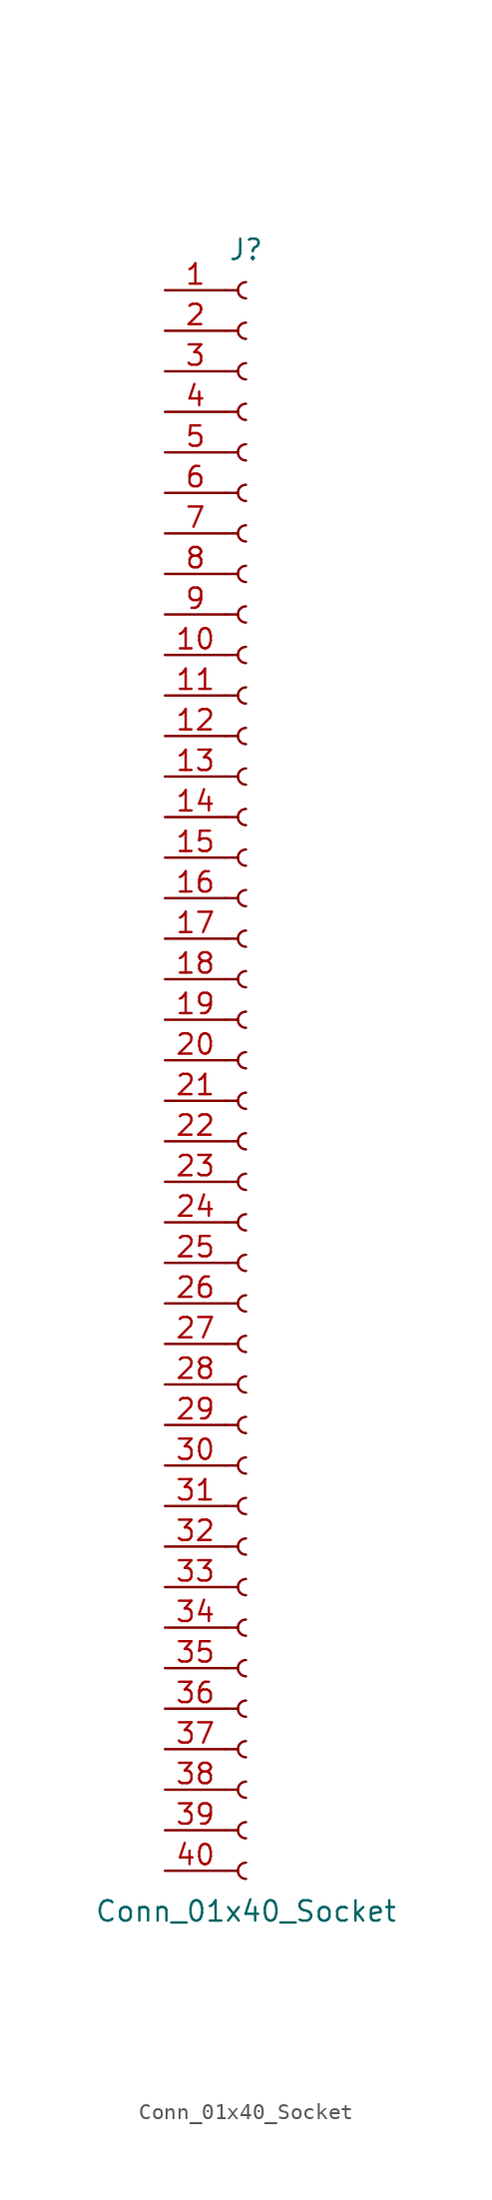
<source format=kicad_sym>
(kicad_symbol_lib
  (version 20241209)
  (generator "kicad_symbol_editor")
  (generator_version "9.0")
  (symbol "Conn_01x40_Socket"
    (pin_names
      (offset 1.016)
      (hide yes))
    (property "Reference" "J"
      (at 0 50.8 0)
      (effects (font (size 1.27 1.27))))
    (property "Value" "Conn_01x40_Socket"
      (at 0 -53.34 0)
      (effects (font (size 1.27 1.27))))
    (property "ki_locked" ""
      (at 0 0 0)
      (effects (font (size 1.27 1.27))))
    (symbol "Conn_01x40_Socket_1_1"
      (polyline (pts (xy -1.27 48.26) (xy -0.508 48.26)) (stroke (width 0.152) (type default)) (fill (type none)))
      (polyline (pts (xy -1.27 45.72) (xy -0.508 45.72)) (stroke (width 0.152) (type default)) (fill (type none)))
      (polyline (pts (xy -1.27 43.18) (xy -0.508 43.18)) (stroke (width 0.152) (type default)) (fill (type none)))
      (polyline (pts (xy -1.27 40.64) (xy -0.508 40.64)) (stroke (width 0.152) (type default)) (fill (type none)))
      (polyline (pts (xy -1.27 38.1) (xy -0.508 38.1)) (stroke (width 0.152) (type default)) (fill (type none)))
      (polyline (pts (xy -1.27 35.56) (xy -0.508 35.56)) (stroke (width 0.152) (type default)) (fill (type none)))
      (polyline (pts (xy -1.27 33.02) (xy -0.508 33.02)) (stroke (width 0.152) (type default)) (fill (type none)))
      (polyline (pts (xy -1.27 30.48) (xy -0.508 30.48)) (stroke (width 0.152) (type default)) (fill (type none)))
      (polyline (pts (xy -1.27 27.94) (xy -0.508 27.94)) (stroke (width 0.152) (type default)) (fill (type none)))
      (polyline (pts (xy -1.27 25.4) (xy -0.508 25.4)) (stroke (width 0.152) (type default)) (fill (type none)))
      (polyline (pts (xy -1.27 22.86) (xy -0.508 22.86)) (stroke (width 0.152) (type default)) (fill (type none)))
      (polyline (pts (xy -1.27 20.32) (xy -0.508 20.32)) (stroke (width 0.152) (type default)) (fill (type none)))
      (polyline (pts (xy -1.27 17.78) (xy -0.508 17.78)) (stroke (width 0.152) (type default)) (fill (type none)))
      (polyline (pts (xy -1.27 15.24) (xy -0.508 15.24)) (stroke (width 0.152) (type default)) (fill (type none)))
      (polyline (pts (xy -1.27 12.7) (xy -0.508 12.7)) (stroke (width 0.152) (type default)) (fill (type none)))
      (polyline (pts (xy -1.27 10.16) (xy -0.508 10.16)) (stroke (width 0.152) (type default)) (fill (type none)))
      (polyline (pts (xy -1.27 7.62) (xy -0.508 7.62)) (stroke (width 0.152) (type default)) (fill (type none)))
      (polyline (pts (xy -1.27 5.08) (xy -0.508 5.08)) (stroke (width 0.152) (type default)) (fill (type none)))
      (polyline (pts (xy -1.27 2.54) (xy -0.508 2.54)) (stroke (width 0.152) (type default)) (fill (type none)))
      (polyline (pts (xy -1.27 0) (xy -0.508 0)) (stroke (width 0.152) (type default)) (fill (type none)))
      (polyline (pts (xy -1.27 -2.54) (xy -0.508 -2.54)) (stroke (width 0.152) (type default)) (fill (type none)))
      (polyline (pts (xy -1.27 -5.08) (xy -0.508 -5.08)) (stroke (width 0.152) (type default)) (fill (type none)))
      (polyline (pts (xy -1.27 -7.62) (xy -0.508 -7.62)) (stroke (width 0.152) (type default)) (fill (type none)))
      (polyline (pts (xy -1.27 -10.16) (xy -0.508 -10.16)) (stroke (width 0.152) (type default)) (fill (type none)))
      (polyline (pts (xy -1.27 -12.7) (xy -0.508 -12.7)) (stroke (width 0.152) (type default)) (fill (type none)))
      (polyline (pts (xy -1.27 -15.24) (xy -0.508 -15.24)) (stroke (width 0.152) (type default)) (fill (type none)))
      (polyline (pts (xy -1.27 -17.78) (xy -0.508 -17.78)) (stroke (width 0.152) (type default)) (fill (type none)))
      (polyline (pts (xy -1.27 -20.32) (xy -0.508 -20.32)) (stroke (width 0.152) (type default)) (fill (type none)))
      (polyline (pts (xy -1.27 -22.86) (xy -0.508 -22.86)) (stroke (width 0.152) (type default)) (fill (type none)))
      (polyline (pts (xy -1.27 -25.4) (xy -0.508 -25.4)) (stroke (width 0.152) (type default)) (fill (type none)))
      (polyline (pts (xy -1.27 -27.94) (xy -0.508 -27.94)) (stroke (width 0.152) (type default)) (fill (type none)))
      (polyline (pts (xy -1.27 -30.48) (xy -0.508 -30.48)) (stroke (width 0.152) (type default)) (fill (type none)))
      (polyline (pts (xy -1.27 -33.02) (xy -0.508 -33.02)) (stroke (width 0.152) (type default)) (fill (type none)))
      (polyline (pts (xy -1.27 -35.56) (xy -0.508 -35.56)) (stroke (width 0.152) (type default)) (fill (type none)))
      (polyline (pts (xy -1.27 -38.1) (xy -0.508 -38.1)) (stroke (width 0.152) (type default)) (fill (type none)))
      (polyline (pts (xy -1.27 -40.64) (xy -0.508 -40.64)) (stroke (width 0.152) (type default)) (fill (type none)))
      (polyline (pts (xy -1.27 -43.18) (xy -0.508 -43.18)) (stroke (width 0.152) (type default)) (fill (type none)))
      (polyline (pts (xy -1.27 -45.72) (xy -0.508 -45.72)) (stroke (width 0.152) (type default)) (fill (type none)))
      (polyline (pts (xy -1.27 -48.26) (xy -0.508 -48.26)) (stroke (width 0.152) (type default)) (fill (type none)))
      (polyline (pts (xy -1.27 -50.8) (xy -0.508 -50.8)) (stroke (width 0.152) (type default)) (fill (type none)))
      (arc (start 0 47.752) (mid -0.5058 48.26) (end 0 48.768) (stroke (width 0.1524) (type default)) (fill (type none)))
      (arc (start 0 45.212) (mid -0.5058 45.72) (end 0 46.228) (stroke (width 0.1524) (type default)) (fill (type none)))
      (arc (start 0 42.672) (mid -0.5058 43.18) (end 0 43.688) (stroke (width 0.1524) (type default)) (fill (type none)))
      (arc (start 0 40.132) (mid -0.5058 40.64) (end 0 41.148) (stroke (width 0.1524) (type default)) (fill (type none)))
      (arc (start 0 37.592) (mid -0.5058 38.1) (end 0 38.608) (stroke (width 0.1524) (type default)) (fill (type none)))
      (arc (start 0 35.052) (mid -0.5058 35.56) (end 0 36.068) (stroke (width 0.1524) (type default)) (fill (type none)))
      (arc (start 0 32.512) (mid -0.5058 33.02) (end 0 33.528) (stroke (width 0.1524) (type default)) (fill (type none)))
      (arc (start 0 29.972) (mid -0.5058 30.48) (end 0 30.988) (stroke (width 0.1524) (type default)) (fill (type none)))
      (arc (start 0 27.432) (mid -0.5058 27.94) (end 0 28.448) (stroke (width 0.1524) (type default)) (fill (type none)))
      (arc (start 0 24.892) (mid -0.5058 25.4) (end 0 25.908) (stroke (width 0.1524) (type default)) (fill (type none)))
      (arc (start 0 22.352) (mid -0.5058 22.86) (end 0 23.368) (stroke (width 0.1524) (type default)) (fill (type none)))
      (arc (start 0 19.812) (mid -0.5058 20.32) (end 0 20.828) (stroke (width 0.1524) (type default)) (fill (type none)))
      (arc (start 0 17.272) (mid -0.5058 17.78) (end 0 18.288) (stroke (width 0.1524) (type default)) (fill (type none)))
      (arc (start 0 14.732) (mid -0.5058 15.24) (end 0 15.748) (stroke (width 0.1524) (type default)) (fill (type none)))
      (arc (start 0 12.192) (mid -0.5058 12.7) (end 0 13.208) (stroke (width 0.1524) (type default)) (fill (type none)))
      (arc (start 0 9.652) (mid -0.5058 10.16) (end 0 10.668) (stroke (width 0.1524) (type default)) (fill (type none)))
      (arc (start 0 7.112) (mid -0.5058 7.62) (end 0 8.128) (stroke (width 0.1524) (type default)) (fill (type none)))
      (arc (start 0 4.572) (mid -0.5058 5.08) (end 0 5.588) (stroke (width 0.1524) (type default)) (fill (type none)))
      (arc (start 0 2.032) (mid -0.5058 2.54) (end 0 3.048) (stroke (width 0.1524) (type default)) (fill (type none)))
      (arc (start 0 -0.508) (mid -0.5058 0) (end 0 0.508) (stroke (width 0.1524) (type default)) (fill (type none)))
      (arc (start 0 -3.048) (mid -0.5058 -2.54) (end 0 -2.032) (stroke (width 0.1524) (type default)) (fill (type none)))
      (arc (start 0 -5.588) (mid -0.5058 -5.08) (end 0 -4.572) (stroke (width 0.1524) (type default)) (fill (type none)))
      (arc (start 0 -8.128) (mid -0.5058 -7.62) (end 0 -7.112) (stroke (width 0.1524) (type default)) (fill (type none)))
      (arc (start 0 -10.668) (mid -0.5058 -10.16) (end 0 -9.652) (stroke (width 0.1524) (type default)) (fill (type none)))
      (arc (start 0 -13.208) (mid -0.5058 -12.7) (end 0 -12.192) (stroke (width 0.1524) (type default)) (fill (type none)))
      (arc (start 0 -15.748) (mid -0.5058 -15.24) (end 0 -14.732) (stroke (width 0.1524) (type default)) (fill (type none)))
      (arc (start 0 -18.288) (mid -0.5058 -17.78) (end 0 -17.272) (stroke (width 0.1524) (type default)) (fill (type none)))
      (arc (start 0 -20.828) (mid -0.5058 -20.32) (end 0 -19.812) (stroke (width 0.1524) (type default)) (fill (type none)))
      (arc (start 0 -23.368) (mid -0.5058 -22.86) (end 0 -22.352) (stroke (width 0.1524) (type default)) (fill (type none)))
      (arc (start 0 -25.908) (mid -0.5058 -25.4) (end 0 -24.892) (stroke (width 0.1524) (type default)) (fill (type none)))
      (arc (start 0 -28.448) (mid -0.5058 -27.94) (end 0 -27.432) (stroke (width 0.1524) (type default)) (fill (type none)))
      (arc (start 0 -30.988) (mid -0.5058 -30.48) (end 0 -29.972) (stroke (width 0.1524) (type default)) (fill (type none)))
      (arc (start 0 -33.528) (mid -0.5058 -33.02) (end 0 -32.512) (stroke (width 0.1524) (type default)) (fill (type none)))
      (arc (start 0 -36.068) (mid -0.5058 -35.56) (end 0 -35.052) (stroke (width 0.1524) (type default)) (fill (type none)))
      (arc (start 0 -38.608) (mid -0.5058 -38.1) (end 0 -37.592) (stroke (width 0.1524) (type default)) (fill (type none)))
      (arc (start 0 -41.148) (mid -0.5058 -40.64) (end 0 -40.132) (stroke (width 0.1524) (type default)) (fill (type none)))
      (arc (start 0 -43.688) (mid -0.5058 -43.18) (end 0 -42.672) (stroke (width 0.1524) (type default)) (fill (type none)))
      (arc (start 0 -46.228) (mid -0.5058 -45.72) (end 0 -45.212) (stroke (width 0.1524) (type default)) (fill (type none)))
      (arc (start 0 -48.768) (mid -0.5058 -48.26) (end 0 -47.752) (stroke (width 0.1524) (type default)) (fill (type none)))
      (arc (start 0 -51.308) (mid -0.5058 -50.8) (end 0 -50.292) (stroke (width 0.1524) (type default)) (fill (type none)))
      (pin passive line (at -5.08 48.26 0) (length 3.81) (name "Pin_1" (effects (font (size 1.27 1.27)))) (number "1" (effects (font (size 1.27 1.27)))))
      (pin passive line (at -5.08 45.72 0) (length 3.81) (name "Pin_2" (effects (font (size 1.27 1.27)))) (number "2" (effects (font (size 1.27 1.27)))))
      (pin passive line (at -5.08 43.18 0) (length 3.81) (name "Pin_3" (effects (font (size 1.27 1.27)))) (number "3" (effects (font (size 1.27 1.27)))))
      (pin passive line (at -5.08 40.64 0) (length 3.81) (name "Pin_4" (effects (font (size 1.27 1.27)))) (number "4" (effects (font (size 1.27 1.27)))))
      (pin passive line (at -5.08 38.1 0) (length 3.81) (name "Pin_5" (effects (font (size 1.27 1.27)))) (number "5" (effects (font (size 1.27 1.27)))))
      (pin passive line (at -5.08 35.56 0) (length 3.81) (name "Pin_6" (effects (font (size 1.27 1.27)))) (number "6" (effects (font (size 1.27 1.27)))))
      (pin passive line (at -5.08 33.02 0) (length 3.81) (name "Pin_7" (effects (font (size 1.27 1.27)))) (number "7" (effects (font (size 1.27 1.27)))))
      (pin passive line (at -5.08 30.48 0) (length 3.81) (name "Pin_8" (effects (font (size 1.27 1.27)))) (number "8" (effects (font (size 1.27 1.27)))))
      (pin passive line (at -5.08 27.94 0) (length 3.81) (name "Pin_9" (effects (font (size 1.27 1.27)))) (number "9" (effects (font (size 1.27 1.27)))))
      (pin passive line (at -5.08 25.4 0) (length 3.81) (name "Pin_10" (effects (font (size 1.27 1.27)))) (number "10" (effects (font (size 1.27 1.27)))))
      (pin passive line (at -5.08 22.86 0) (length 3.81) (name "Pin_11" (effects (font (size 1.27 1.27)))) (number "11" (effects (font (size 1.27 1.27)))))
      (pin passive line (at -5.08 20.32 0) (length 3.81) (name "Pin_12" (effects (font (size 1.27 1.27)))) (number "12" (effects (font (size 1.27 1.27)))))
      (pin passive line (at -5.08 17.78 0) (length 3.81) (name "Pin_13" (effects (font (size 1.27 1.27)))) (number "13" (effects (font (size 1.27 1.27)))))
      (pin passive line (at -5.08 15.24 0) (length 3.81) (name "Pin_14" (effects (font (size 1.27 1.27)))) (number "14" (effects (font (size 1.27 1.27)))))
      (pin passive line (at -5.08 12.7 0) (length 3.81) (name "Pin_15" (effects (font (size 1.27 1.27)))) (number "15" (effects (font (size 1.27 1.27)))))
      (pin passive line (at -5.08 10.16 0) (length 3.81) (name "Pin_16" (effects (font (size 1.27 1.27)))) (number "16" (effects (font (size 1.27 1.27)))))
      (pin passive line (at -5.08 7.62 0) (length 3.81) (name "Pin_17" (effects (font (size 1.27 1.27)))) (number "17" (effects (font (size 1.27 1.27)))))
      (pin passive line (at -5.08 5.08 0) (length 3.81) (name "Pin_18" (effects (font (size 1.27 1.27)))) (number "18" (effects (font (size 1.27 1.27)))))
      (pin passive line (at -5.08 2.54 0) (length 3.81) (name "Pin_19" (effects (font (size 1.27 1.27)))) (number "19" (effects (font (size 1.27 1.27)))))
      (pin passive line (at -5.08 0 0) (length 3.81) (name "Pin_20" (effects (font (size 1.27 1.27)))) (number "20" (effects (font (size 1.27 1.27)))))
      (pin passive line (at -5.08 -2.54 0) (length 3.81) (name "Pin_21" (effects (font (size 1.27 1.27)))) (number "21" (effects (font (size 1.27 1.27)))))
      (pin passive line (at -5.08 -5.08 0) (length 3.81) (name "Pin_22" (effects (font (size 1.27 1.27)))) (number "22" (effects (font (size 1.27 1.27)))))
      (pin passive line (at -5.08 -7.62 0) (length 3.81) (name "Pin_23" (effects (font (size 1.27 1.27)))) (number "23" (effects (font (size 1.27 1.27)))))
      (pin passive line (at -5.08 -10.16 0) (length 3.81) (name "Pin_24" (effects (font (size 1.27 1.27)))) (number "24" (effects (font (size 1.27 1.27)))))
      (pin passive line (at -5.08 -12.7 0) (length 3.81) (name "Pin_25" (effects (font (size 1.27 1.27)))) (number "25" (effects (font (size 1.27 1.27)))))
      (pin passive line (at -5.08 -15.24 0) (length 3.81) (name "Pin_26" (effects (font (size 1.27 1.27)))) (number "26" (effects (font (size 1.27 1.27)))))
      (pin passive line (at -5.08 -17.78 0) (length 3.81) (name "Pin_27" (effects (font (size 1.27 1.27)))) (number "27" (effects (font (size 1.27 1.27)))))
      (pin passive line (at -5.08 -20.32 0) (length 3.81) (name "Pin_28" (effects (font (size 1.27 1.27)))) (number "28" (effects (font (size 1.27 1.27)))))
      (pin passive line (at -5.08 -22.86 0) (length 3.81) (name "Pin_29" (effects (font (size 1.27 1.27)))) (number "29" (effects (font (size 1.27 1.27)))))
      (pin passive line (at -5.08 -25.4 0) (length 3.81) (name "Pin_30" (effects (font (size 1.27 1.27)))) (number "30" (effects (font (size 1.27 1.27)))))
      (pin passive line (at -5.08 -27.94 0) (length 3.81) (name "Pin_31" (effects (font (size 1.27 1.27)))) (number "31" (effects (font (size 1.27 1.27)))))
      (pin passive line (at -5.08 -30.48 0) (length 3.81) (name "Pin_32" (effects (font (size 1.27 1.27)))) (number "32" (effects (font (size 1.27 1.27)))))
      (pin passive line (at -5.08 -33.02 0) (length 3.81) (name "Pin_33" (effects (font (size 1.27 1.27)))) (number "33" (effects (font (size 1.27 1.27)))))
      (pin passive line (at -5.08 -35.56 0) (length 3.81) (name "Pin_34" (effects (font (size 1.27 1.27)))) (number "34" (effects (font (size 1.27 1.27)))))
      (pin passive line (at -5.08 -38.1 0) (length 3.81) (name "Pin_35" (effects (font (size 1.27 1.27)))) (number "35" (effects (font (size 1.27 1.27)))))
      (pin passive line (at -5.08 -40.64 0) (length 3.81) (name "Pin_36" (effects (font (size 1.27 1.27)))) (number "36" (effects (font (size 1.27 1.27)))))
      (pin passive line (at -5.08 -43.18 0) (length 3.81) (name "Pin_37" (effects (font (size 1.27 1.27)))) (number "37" (effects (font (size 1.27 1.27)))))
      (pin passive line (at -5.08 -45.72 0) (length 3.81) (name "Pin_38" (effects (font (size 1.27 1.27)))) (number "38" (effects (font (size 1.27 1.27)))))
      (pin passive line (at -5.08 -48.26 0) (length 3.81) (name "Pin_39" (effects (font (size 1.27 1.27)))) (number "39" (effects (font (size 1.27 1.27)))))
      (pin passive line (at -5.08 -50.8 0) (length 3.81) (name "Pin_40" (effects (font (size 1.27 1.27)))) (number "40" (effects (font (size 1.27 1.27))))))))
</source>
